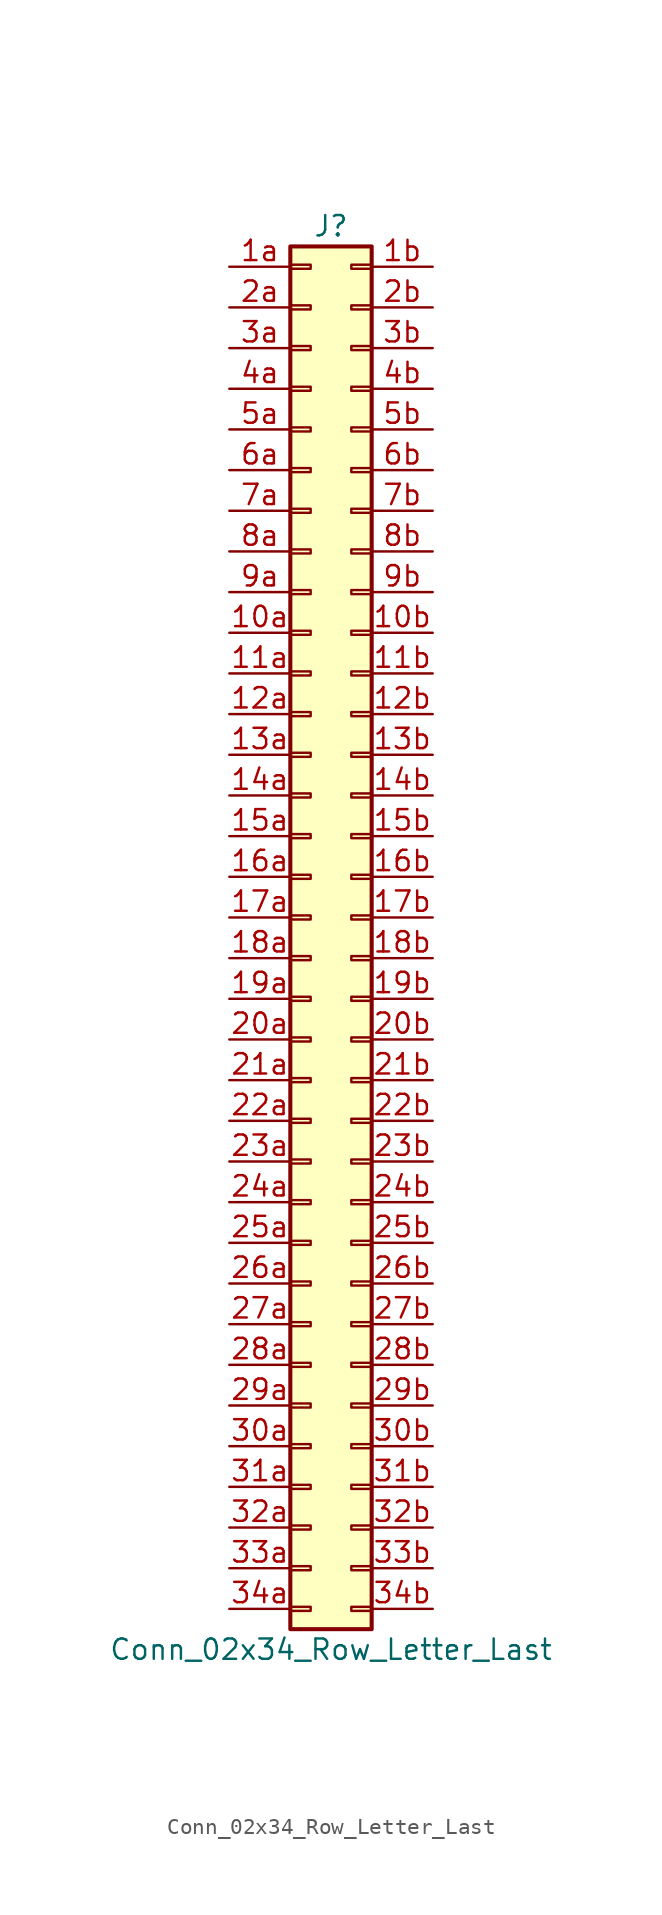
<source format=kicad_sym>
(kicad_symbol_lib
  (version 20211014)
  (generator kicad_symbol_editor)
  (symbol "Conn_02x34_Row_Letter_Last"
    (pin_names
      (offset 1.016) hide)
    (property "Reference" "J"
      (at 1.27 43.18 0)
      (effects (font (size 1.27 1.27))))
    (property "Value" "Conn_02x34_Row_Letter_Last"
      (at 1.27 -45.72 0)
      (effects (font (size 1.27 1.27))))
    (symbol "Conn_02x34_Row_Letter_Last_1_1"
      (rectangle (start -1.27 -43.053) (end 0 -43.307) (stroke (width 0.152) (type default) (color 0 0 0 0)) (fill (type none)))
      (rectangle (start -1.27 -40.513) (end 0 -40.767) (stroke (width 0.152) (type default) (color 0 0 0 0)) (fill (type none)))
      (rectangle (start -1.27 -37.973) (end 0 -38.227) (stroke (width 0.152) (type default) (color 0 0 0 0)) (fill (type none)))
      (rectangle (start -1.27 -35.433) (end 0 -35.687) (stroke (width 0.152) (type default) (color 0 0 0 0)) (fill (type none)))
      (rectangle (start -1.27 -32.893) (end 0 -33.147) (stroke (width 0.152) (type default) (color 0 0 0 0)) (fill (type none)))
      (rectangle (start -1.27 -30.353) (end 0 -30.607) (stroke (width 0.152) (type default) (color 0 0 0 0)) (fill (type none)))
      (rectangle (start -1.27 -27.813) (end 0 -28.067) (stroke (width 0.152) (type default) (color 0 0 0 0)) (fill (type none)))
      (rectangle (start -1.27 -25.273) (end 0 -25.527) (stroke (width 0.152) (type default) (color 0 0 0 0)) (fill (type none)))
      (rectangle (start -1.27 -22.733) (end 0 -22.987) (stroke (width 0.152) (type default) (color 0 0 0 0)) (fill (type none)))
      (rectangle (start -1.27 -20.193) (end 0 -20.447) (stroke (width 0.152) (type default) (color 0 0 0 0)) (fill (type none)))
      (rectangle (start -1.27 -17.653) (end 0 -17.907) (stroke (width 0.152) (type default) (color 0 0 0 0)) (fill (type none)))
      (rectangle (start -1.27 -15.113) (end 0 -15.367) (stroke (width 0.152) (type default) (color 0 0 0 0)) (fill (type none)))
      (rectangle (start -1.27 -12.573) (end 0 -12.827) (stroke (width 0.152) (type default) (color 0 0 0 0)) (fill (type none)))
      (rectangle (start -1.27 -10.033) (end 0 -10.287) (stroke (width 0.152) (type default) (color 0 0 0 0)) (fill (type none)))
      (rectangle (start -1.27 -7.493) (end 0 -7.747) (stroke (width 0.152) (type default) (color 0 0 0 0)) (fill (type none)))
      (rectangle (start -1.27 -4.953) (end 0 -5.207) (stroke (width 0.152) (type default) (color 0 0 0 0)) (fill (type none)))
      (rectangle (start -1.27 -2.413) (end 0 -2.667) (stroke (width 0.152) (type default) (color 0 0 0 0)) (fill (type none)))
      (rectangle (start -1.27 0.127) (end 0 -0.127) (stroke (width 0.152) (type default) (color 0 0 0 0)) (fill (type none)))
      (rectangle (start -1.27 2.667) (end 0 2.413) (stroke (width 0.152) (type default) (color 0 0 0 0)) (fill (type none)))
      (rectangle (start -1.27 5.207) (end 0 4.953) (stroke (width 0.152) (type default) (color 0 0 0 0)) (fill (type none)))
      (rectangle (start -1.27 7.747) (end 0 7.493) (stroke (width 0.152) (type default) (color 0 0 0 0)) (fill (type none)))
      (rectangle (start -1.27 10.287) (end 0 10.033) (stroke (width 0.152) (type default) (color 0 0 0 0)) (fill (type none)))
      (rectangle (start -1.27 12.827) (end 0 12.573) (stroke (width 0.152) (type default) (color 0 0 0 0)) (fill (type none)))
      (rectangle (start -1.27 15.367) (end 0 15.113) (stroke (width 0.152) (type default) (color 0 0 0 0)) (fill (type none)))
      (rectangle (start -1.27 17.907) (end 0 17.653) (stroke (width 0.152) (type default) (color 0 0 0 0)) (fill (type none)))
      (rectangle (start -1.27 20.447) (end 0 20.193) (stroke (width 0.152) (type default) (color 0 0 0 0)) (fill (type none)))
      (rectangle (start -1.27 22.987) (end 0 22.733) (stroke (width 0.152) (type default) (color 0 0 0 0)) (fill (type none)))
      (rectangle (start -1.27 25.527) (end 0 25.273) (stroke (width 0.152) (type default) (color 0 0 0 0)) (fill (type none)))
      (rectangle (start -1.27 28.067) (end 0 27.813) (stroke (width 0.152) (type default) (color 0 0 0 0)) (fill (type none)))
      (rectangle (start -1.27 30.607) (end 0 30.353) (stroke (width 0.152) (type default) (color 0 0 0 0)) (fill (type none)))
      (rectangle (start -1.27 33.147) (end 0 32.893) (stroke (width 0.152) (type default) (color 0 0 0 0)) (fill (type none)))
      (rectangle (start -1.27 35.687) (end 0 35.433) (stroke (width 0.152) (type default) (color 0 0 0 0)) (fill (type none)))
      (rectangle (start -1.27 38.227) (end 0 37.973) (stroke (width 0.152) (type default) (color 0 0 0 0)) (fill (type none)))
      (rectangle (start -1.27 40.767) (end 0 40.513) (stroke (width 0.152) (type default) (color 0 0 0 0)) (fill (type none)))
      (rectangle (start -1.27 41.91) (end 3.81 -44.45) (stroke (width 0.254) (type default) (color 0 0 0 0)) (fill (type background)))
      (rectangle (start 3.81 -43.053) (end 2.54 -43.307) (stroke (width 0.152) (type default) (color 0 0 0 0)) (fill (type none)))
      (rectangle (start 3.81 -40.513) (end 2.54 -40.767) (stroke (width 0.152) (type default) (color 0 0 0 0)) (fill (type none)))
      (rectangle (start 3.81 -37.973) (end 2.54 -38.227) (stroke (width 0.152) (type default) (color 0 0 0 0)) (fill (type none)))
      (rectangle (start 3.81 -35.433) (end 2.54 -35.687) (stroke (width 0.152) (type default) (color 0 0 0 0)) (fill (type none)))
      (rectangle (start 3.81 -32.893) (end 2.54 -33.147) (stroke (width 0.152) (type default) (color 0 0 0 0)) (fill (type none)))
      (rectangle (start 3.81 -30.353) (end 2.54 -30.607) (stroke (width 0.152) (type default) (color 0 0 0 0)) (fill (type none)))
      (rectangle (start 3.81 -27.813) (end 2.54 -28.067) (stroke (width 0.152) (type default) (color 0 0 0 0)) (fill (type none)))
      (rectangle (start 3.81 -25.273) (end 2.54 -25.527) (stroke (width 0.152) (type default) (color 0 0 0 0)) (fill (type none)))
      (rectangle (start 3.81 -22.733) (end 2.54 -22.987) (stroke (width 0.152) (type default) (color 0 0 0 0)) (fill (type none)))
      (rectangle (start 3.81 -20.193) (end 2.54 -20.447) (stroke (width 0.152) (type default) (color 0 0 0 0)) (fill (type none)))
      (rectangle (start 3.81 -17.653) (end 2.54 -17.907) (stroke (width 0.152) (type default) (color 0 0 0 0)) (fill (type none)))
      (rectangle (start 3.81 -15.113) (end 2.54 -15.367) (stroke (width 0.152) (type default) (color 0 0 0 0)) (fill (type none)))
      (rectangle (start 3.81 -12.573) (end 2.54 -12.827) (stroke (width 0.152) (type default) (color 0 0 0 0)) (fill (type none)))
      (rectangle (start 3.81 -10.033) (end 2.54 -10.287) (stroke (width 0.152) (type default) (color 0 0 0 0)) (fill (type none)))
      (rectangle (start 3.81 -7.493) (end 2.54 -7.747) (stroke (width 0.152) (type default) (color 0 0 0 0)) (fill (type none)))
      (rectangle (start 3.81 -4.953) (end 2.54 -5.207) (stroke (width 0.152) (type default) (color 0 0 0 0)) (fill (type none)))
      (rectangle (start 3.81 -2.413) (end 2.54 -2.667) (stroke (width 0.152) (type default) (color 0 0 0 0)) (fill (type none)))
      (rectangle (start 3.81 0.127) (end 2.54 -0.127) (stroke (width 0.152) (type default) (color 0 0 0 0)) (fill (type none)))
      (rectangle (start 3.81 2.667) (end 2.54 2.413) (stroke (width 0.152) (type default) (color 0 0 0 0)) (fill (type none)))
      (rectangle (start 3.81 5.207) (end 2.54 4.953) (stroke (width 0.152) (type default) (color 0 0 0 0)) (fill (type none)))
      (rectangle (start 3.81 7.747) (end 2.54 7.493) (stroke (width 0.152) (type default) (color 0 0 0 0)) (fill (type none)))
      (rectangle (start 3.81 10.287) (end 2.54 10.033) (stroke (width 0.152) (type default) (color 0 0 0 0)) (fill (type none)))
      (rectangle (start 3.81 12.827) (end 2.54 12.573) (stroke (width 0.152) (type default) (color 0 0 0 0)) (fill (type none)))
      (rectangle (start 3.81 15.367) (end 2.54 15.113) (stroke (width 0.152) (type default) (color 0 0 0 0)) (fill (type none)))
      (rectangle (start 3.81 17.907) (end 2.54 17.653) (stroke (width 0.152) (type default) (color 0 0 0 0)) (fill (type none)))
      (rectangle (start 3.81 20.447) (end 2.54 20.193) (stroke (width 0.152) (type default) (color 0 0 0 0)) (fill (type none)))
      (rectangle (start 3.81 22.987) (end 2.54 22.733) (stroke (width 0.152) (type default) (color 0 0 0 0)) (fill (type none)))
      (rectangle (start 3.81 25.527) (end 2.54 25.273) (stroke (width 0.152) (type default) (color 0 0 0 0)) (fill (type none)))
      (rectangle (start 3.81 28.067) (end 2.54 27.813) (stroke (width 0.152) (type default) (color 0 0 0 0)) (fill (type none)))
      (rectangle (start 3.81 30.607) (end 2.54 30.353) (stroke (width 0.152) (type default) (color 0 0 0 0)) (fill (type none)))
      (rectangle (start 3.81 33.147) (end 2.54 32.893) (stroke (width 0.152) (type default) (color 0 0 0 0)) (fill (type none)))
      (rectangle (start 3.81 35.687) (end 2.54 35.433) (stroke (width 0.152) (type default) (color 0 0 0 0)) (fill (type none)))
      (rectangle (start 3.81 38.227) (end 2.54 37.973) (stroke (width 0.152) (type default) (color 0 0 0 0)) (fill (type none)))
      (rectangle (start 3.81 40.767) (end 2.54 40.513) (stroke (width 0.152) (type default) (color 0 0 0 0)) (fill (type none)))
      (pin passive line (at -5.08 17.78 0) (length 3.81) (name "Pin_10a" (effects (font (size 1.27 1.27)))) (number "10a" (effects (font (size 1.27 1.27)))))
      (pin passive line (at 7.62 17.78 180) (length 3.81) (name "Pin_10b" (effects (font (size 1.27 1.27)))) (number "10b" (effects (font (size 1.27 1.27)))))
      (pin passive line (at -5.08 15.24 0) (length 3.81) (name "Pin_11a" (effects (font (size 1.27 1.27)))) (number "11a" (effects (font (size 1.27 1.27)))))
      (pin passive line (at 7.62 15.24 180) (length 3.81) (name "Pin_11b" (effects (font (size 1.27 1.27)))) (number "11b" (effects (font (size 1.27 1.27)))))
      (pin passive line (at -5.08 12.7 0) (length 3.81) (name "Pin_12a" (effects (font (size 1.27 1.27)))) (number "12a" (effects (font (size 1.27 1.27)))))
      (pin passive line (at 7.62 12.7 180) (length 3.81) (name "Pin_12b" (effects (font (size 1.27 1.27)))) (number "12b" (effects (font (size 1.27 1.27)))))
      (pin passive line (at -5.08 10.16 0) (length 3.81) (name "Pin_13a" (effects (font (size 1.27 1.27)))) (number "13a" (effects (font (size 1.27 1.27)))))
      (pin passive line (at 7.62 10.16 180) (length 3.81) (name "Pin_13b" (effects (font (size 1.27 1.27)))) (number "13b" (effects (font (size 1.27 1.27)))))
      (pin passive line (at -5.08 7.62 0) (length 3.81) (name "Pin_14a" (effects (font (size 1.27 1.27)))) (number "14a" (effects (font (size 1.27 1.27)))))
      (pin passive line (at 7.62 7.62 180) (length 3.81) (name "Pin_14b" (effects (font (size 1.27 1.27)))) (number "14b" (effects (font (size 1.27 1.27)))))
      (pin passive line (at -5.08 5.08 0) (length 3.81) (name "Pin_15a" (effects (font (size 1.27 1.27)))) (number "15a" (effects (font (size 1.27 1.27)))))
      (pin passive line (at 7.62 5.08 180) (length 3.81) (name "Pin_15b" (effects (font (size 1.27 1.27)))) (number "15b" (effects (font (size 1.27 1.27)))))
      (pin passive line (at -5.08 2.54 0) (length 3.81) (name "Pin_16a" (effects (font (size 1.27 1.27)))) (number "16a" (effects (font (size 1.27 1.27)))))
      (pin passive line (at 7.62 2.54 180) (length 3.81) (name "Pin_16b" (effects (font (size 1.27 1.27)))) (number "16b" (effects (font (size 1.27 1.27)))))
      (pin passive line (at -5.08 0 0) (length 3.81) (name "Pin_17a" (effects (font (size 1.27 1.27)))) (number "17a" (effects (font (size 1.27 1.27)))))
      (pin passive line (at 7.62 0 180) (length 3.81) (name "Pin_17b" (effects (font (size 1.27 1.27)))) (number "17b" (effects (font (size 1.27 1.27)))))
      (pin passive line (at -5.08 -2.54 0) (length 3.81) (name "Pin_18a" (effects (font (size 1.27 1.27)))) (number "18a" (effects (font (size 1.27 1.27)))))
      (pin passive line (at 7.62 -2.54 180) (length 3.81) (name "Pin_18b" (effects (font (size 1.27 1.27)))) (number "18b" (effects (font (size 1.27 1.27)))))
      (pin passive line (at -5.08 -5.08 0) (length 3.81) (name "Pin_19a" (effects (font (size 1.27 1.27)))) (number "19a" (effects (font (size 1.27 1.27)))))
      (pin passive line (at 7.62 -5.08 180) (length 3.81) (name "Pin_19b" (effects (font (size 1.27 1.27)))) (number "19b" (effects (font (size 1.27 1.27)))))
      (pin passive line (at -5.08 40.64 0) (length 3.81) (name "Pin_1a" (effects (font (size 1.27 1.27)))) (number "1a" (effects (font (size 1.27 1.27)))))
      (pin passive line (at 7.62 40.64 180) (length 3.81) (name "Pin_1b" (effects (font (size 1.27 1.27)))) (number "1b" (effects (font (size 1.27 1.27)))))
      (pin passive line (at -5.08 -7.62 0) (length 3.81) (name "Pin_20a" (effects (font (size 1.27 1.27)))) (number "20a" (effects (font (size 1.27 1.27)))))
      (pin passive line (at 7.62 -7.62 180) (length 3.81) (name "Pin_20b" (effects (font (size 1.27 1.27)))) (number "20b" (effects (font (size 1.27 1.27)))))
      (pin passive line (at -5.08 -10.16 0) (length 3.81) (name "Pin_21a" (effects (font (size 1.27 1.27)))) (number "21a" (effects (font (size 1.27 1.27)))))
      (pin passive line (at 7.62 -10.16 180) (length 3.81) (name "Pin_21b" (effects (font (size 1.27 1.27)))) (number "21b" (effects (font (size 1.27 1.27)))))
      (pin passive line (at -5.08 -12.7 0) (length 3.81) (name "Pin_22a" (effects (font (size 1.27 1.27)))) (number "22a" (effects (font (size 1.27 1.27)))))
      (pin passive line (at 7.62 -12.7 180) (length 3.81) (name "Pin_22b" (effects (font (size 1.27 1.27)))) (number "22b" (effects (font (size 1.27 1.27)))))
      (pin passive line (at -5.08 -15.24 0) (length 3.81) (name "Pin_23a" (effects (font (size 1.27 1.27)))) (number "23a" (effects (font (size 1.27 1.27)))))
      (pin passive line (at 7.62 -15.24 180) (length 3.81) (name "Pin_23b" (effects (font (size 1.27 1.27)))) (number "23b" (effects (font (size 1.27 1.27)))))
      (pin passive line (at -5.08 -17.78 0) (length 3.81) (name "Pin_24a" (effects (font (size 1.27 1.27)))) (number "24a" (effects (font (size 1.27 1.27)))))
      (pin passive line (at 7.62 -17.78 180) (length 3.81) (name "Pin_24b" (effects (font (size 1.27 1.27)))) (number "24b" (effects (font (size 1.27 1.27)))))
      (pin passive line (at -5.08 -20.32 0) (length 3.81) (name "Pin_25a" (effects (font (size 1.27 1.27)))) (number "25a" (effects (font (size 1.27 1.27)))))
      (pin passive line (at 7.62 -20.32 180) (length 3.81) (name "Pin_25b" (effects (font (size 1.27 1.27)))) (number "25b" (effects (font (size 1.27 1.27)))))
      (pin passive line (at -5.08 -22.86 0) (length 3.81) (name "Pin_26a" (effects (font (size 1.27 1.27)))) (number "26a" (effects (font (size 1.27 1.27)))))
      (pin passive line (at 7.62 -22.86 180) (length 3.81) (name "Pin_26b" (effects (font (size 1.27 1.27)))) (number "26b" (effects (font (size 1.27 1.27)))))
      (pin passive line (at -5.08 -25.4 0) (length 3.81) (name "Pin_27a" (effects (font (size 1.27 1.27)))) (number "27a" (effects (font (size 1.27 1.27)))))
      (pin passive line (at 7.62 -25.4 180) (length 3.81) (name "Pin_27b" (effects (font (size 1.27 1.27)))) (number "27b" (effects (font (size 1.27 1.27)))))
      (pin passive line (at -5.08 -27.94 0) (length 3.81) (name "Pin_28a" (effects (font (size 1.27 1.27)))) (number "28a" (effects (font (size 1.27 1.27)))))
      (pin passive line (at 7.62 -27.94 180) (length 3.81) (name "Pin_28b" (effects (font (size 1.27 1.27)))) (number "28b" (effects (font (size 1.27 1.27)))))
      (pin passive line (at -5.08 -30.48 0) (length 3.81) (name "Pin_29a" (effects (font (size 1.27 1.27)))) (number "29a" (effects (font (size 1.27 1.27)))))
      (pin passive line (at 7.62 -30.48 180) (length 3.81) (name "Pin_29b" (effects (font (size 1.27 1.27)))) (number "29b" (effects (font (size 1.27 1.27)))))
      (pin passive line (at -5.08 38.1 0) (length 3.81) (name "Pin_2a" (effects (font (size 1.27 1.27)))) (number "2a" (effects (font (size 1.27 1.27)))))
      (pin passive line (at 7.62 38.1 180) (length 3.81) (name "Pin_2b" (effects (font (size 1.27 1.27)))) (number "2b" (effects (font (size 1.27 1.27)))))
      (pin passive line (at -5.08 -33.02 0) (length 3.81) (name "Pin_30a" (effects (font (size 1.27 1.27)))) (number "30a" (effects (font (size 1.27 1.27)))))
      (pin passive line (at 7.62 -33.02 180) (length 3.81) (name "Pin_30b" (effects (font (size 1.27 1.27)))) (number "30b" (effects (font (size 1.27 1.27)))))
      (pin passive line (at -5.08 -35.56 0) (length 3.81) (name "Pin_31a" (effects (font (size 1.27 1.27)))) (number "31a" (effects (font (size 1.27 1.27)))))
      (pin passive line (at 7.62 -35.56 180) (length 3.81) (name "Pin_31b" (effects (font (size 1.27 1.27)))) (number "31b" (effects (font (size 1.27 1.27)))))
      (pin passive line (at -5.08 -38.1 0) (length 3.81) (name "Pin_32a" (effects (font (size 1.27 1.27)))) (number "32a" (effects (font (size 1.27 1.27)))))
      (pin passive line (at 7.62 -38.1 180) (length 3.81) (name "Pin_32b" (effects (font (size 1.27 1.27)))) (number "32b" (effects (font (size 1.27 1.27)))))
      (pin passive line (at -5.08 -40.64 0) (length 3.81) (name "Pin_33a" (effects (font (size 1.27 1.27)))) (number "33a" (effects (font (size 1.27 1.27)))))
      (pin passive line (at 7.62 -40.64 180) (length 3.81) (name "Pin_33b" (effects (font (size 1.27 1.27)))) (number "33b" (effects (font (size 1.27 1.27)))))
      (pin passive line (at -5.08 -43.18 0) (length 3.81) (name "Pin_34a" (effects (font (size 1.27 1.27)))) (number "34a" (effects (font (size 1.27 1.27)))))
      (pin passive line (at 7.62 -43.18 180) (length 3.81) (name "Pin_34b" (effects (font (size 1.27 1.27)))) (number "34b" (effects (font (size 1.27 1.27)))))
      (pin passive line (at -5.08 35.56 0) (length 3.81) (name "Pin_3a" (effects (font (size 1.27 1.27)))) (number "3a" (effects (font (size 1.27 1.27)))))
      (pin passive line (at 7.62 35.56 180) (length 3.81) (name "Pin_3b" (effects (font (size 1.27 1.27)))) (number "3b" (effects (font (size 1.27 1.27)))))
      (pin passive line (at -5.08 33.02 0) (length 3.81) (name "Pin_4a" (effects (font (size 1.27 1.27)))) (number "4a" (effects (font (size 1.27 1.27)))))
      (pin passive line (at 7.62 33.02 180) (length 3.81) (name "Pin_4b" (effects (font (size 1.27 1.27)))) (number "4b" (effects (font (size 1.27 1.27)))))
      (pin passive line (at -5.08 30.48 0) (length 3.81) (name "Pin_5a" (effects (font (size 1.27 1.27)))) (number "5a" (effects (font (size 1.27 1.27)))))
      (pin passive line (at 7.62 30.48 180) (length 3.81) (name "Pin_5b" (effects (font (size 1.27 1.27)))) (number "5b" (effects (font (size 1.27 1.27)))))
      (pin passive line (at -5.08 27.94 0) (length 3.81) (name "Pin_6a" (effects (font (size 1.27 1.27)))) (number "6a" (effects (font (size 1.27 1.27)))))
      (pin passive line (at 7.62 27.94 180) (length 3.81) (name "Pin_6b" (effects (font (size 1.27 1.27)))) (number "6b" (effects (font (size 1.27 1.27)))))
      (pin passive line (at -5.08 25.4 0) (length 3.81) (name "Pin_7a" (effects (font (size 1.27 1.27)))) (number "7a" (effects (font (size 1.27 1.27)))))
      (pin passive line (at 7.62 25.4 180) (length 3.81) (name "Pin_7b" (effects (font (size 1.27 1.27)))) (number "7b" (effects (font (size 1.27 1.27)))))
      (pin passive line (at -5.08 22.86 0) (length 3.81) (name "Pin_8a" (effects (font (size 1.27 1.27)))) (number "8a" (effects (font (size 1.27 1.27)))))
      (pin passive line (at 7.62 22.86 180) (length 3.81) (name "Pin_8b" (effects (font (size 1.27 1.27)))) (number "8b" (effects (font (size 1.27 1.27)))))
      (pin passive line (at -5.08 20.32 0) (length 3.81) (name "Pin_9a" (effects (font (size 1.27 1.27)))) (number "9a" (effects (font (size 1.27 1.27)))))
      (pin passive line (at 7.62 20.32 180) (length 3.81) (name "Pin_9b" (effects (font (size 1.27 1.27)))) (number "9b" (effects (font (size 1.27 1.27))))))))
</source>
